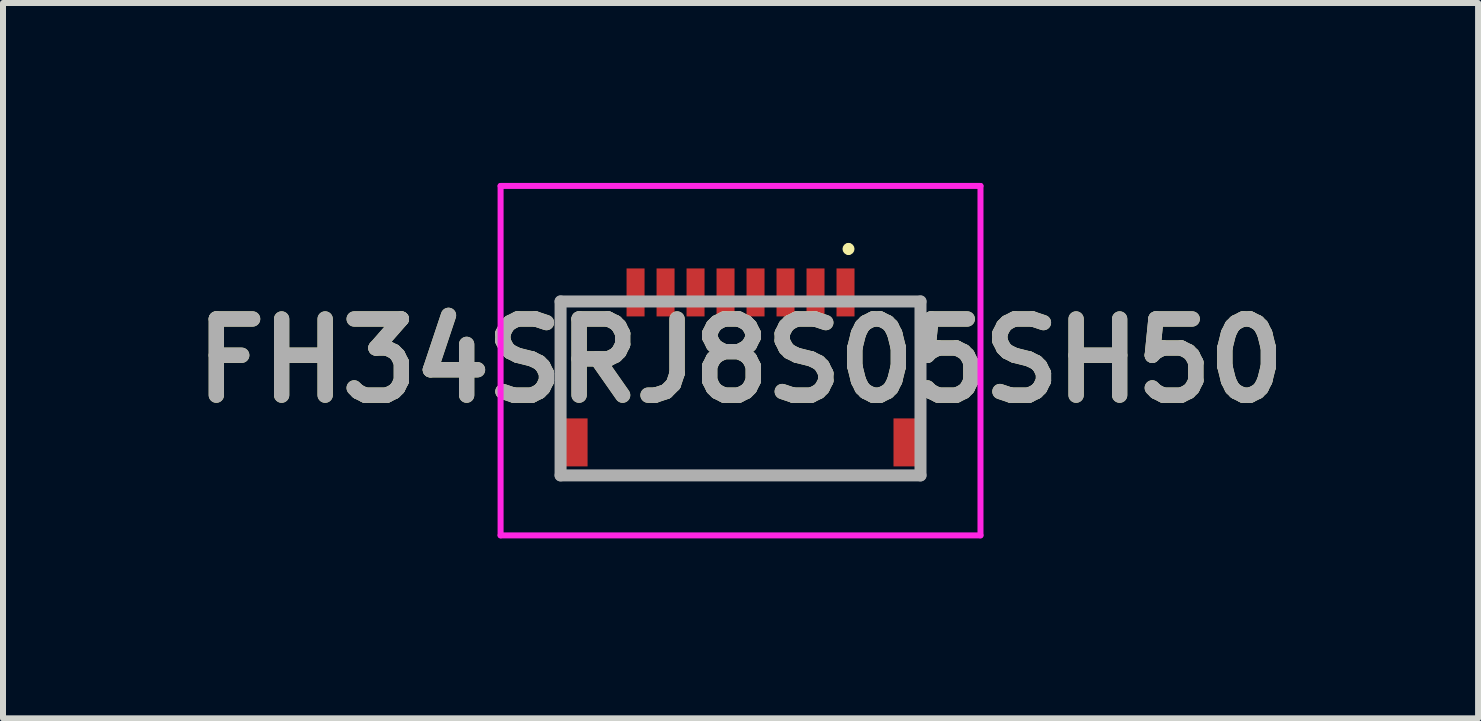
<source format=kicad_pcb>
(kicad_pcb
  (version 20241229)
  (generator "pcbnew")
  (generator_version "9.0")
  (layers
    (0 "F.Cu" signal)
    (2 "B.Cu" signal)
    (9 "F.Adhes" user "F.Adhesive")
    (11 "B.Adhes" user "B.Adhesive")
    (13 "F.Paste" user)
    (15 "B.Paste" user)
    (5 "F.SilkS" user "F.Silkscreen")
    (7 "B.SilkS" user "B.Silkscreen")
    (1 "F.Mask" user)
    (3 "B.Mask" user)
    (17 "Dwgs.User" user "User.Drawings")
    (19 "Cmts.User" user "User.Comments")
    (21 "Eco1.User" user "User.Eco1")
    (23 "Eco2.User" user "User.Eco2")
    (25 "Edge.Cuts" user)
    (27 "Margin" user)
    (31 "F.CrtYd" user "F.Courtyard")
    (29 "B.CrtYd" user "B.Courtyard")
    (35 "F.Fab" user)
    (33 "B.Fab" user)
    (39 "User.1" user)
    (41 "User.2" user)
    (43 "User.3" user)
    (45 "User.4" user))
  (footprint "FH34SRJ8S05SH50"
    (layer "F.Cu")
    (at 9.295 3.35)
    (property "Reference" "FH34SRJ8S05SH50" (at 0 -0.387 0) (layer "F.SilkS") (effects (font (size 1.27 1.27) (thickness 0.254))))
    (attr smd)
    (fp_line (start -3 -1.375) (end -2.5 -1.375) (stroke (width 0.1) (type solid)) (layer "F.SilkS"))
    (fp_line (start -3 0) (end -3 -1.375) (stroke (width 0.1) (type solid)) (layer "F.SilkS"))
    (fp_line (start -2 1.525) (end 2 1.525) (stroke (width 0.1) (type solid)) (layer "F.SilkS"))
    (fp_line (start 1.8 -2.3) (end 1.8 -2.3) (stroke (width 0.1) (type solid)) (layer "F.SilkS"))
    (fp_line (start 1.8 -2.2) (end 1.8 -2.2) (stroke (width 0.1) (type solid)) (layer "F.SilkS"))
    (fp_line (start 2.5 -1.375) (end 3 -1.375) (stroke (width 0.1) (type solid)) (layer "F.SilkS"))
    (fp_line (start 3 -1.375) (end 3 0) (stroke (width 0.1) (type solid)) (layer "F.SilkS"))
    (fp_arc (start 1.8 -2.3) (mid 1.85 -2.25) (end 1.8 -2.2) (stroke (width 0.1) (type solid)) (layer "F.SilkS"))
    (fp_arc (start 1.8 -2.2) (mid 1.75 -2.25) (end 1.8 -2.3) (stroke (width 0.1) (type solid)) (layer "F.SilkS"))
    (fp_line (start -4 -3.3) (end 4 -3.3) (stroke (width 0.1) (type solid)) (layer "F.CrtYd"))
    (fp_line (start -4 2.525) (end -4 -3.3) (stroke (width 0.1) (type solid)) (layer "F.CrtYd"))
    (fp_line (start 4 -3.3) (end 4 2.525) (stroke (width 0.1) (type solid)) (layer "F.CrtYd"))
    (fp_line (start 4 2.525) (end -4 2.525) (stroke (width 0.1) (type solid)) (layer "F.CrtYd"))
    (fp_line (start -3 -1.375) (end 3 -1.375) (stroke (width 0.2) (type solid)) (layer "F.Fab"))
    (fp_line (start -3 1.525) (end -3 -1.375) (stroke (width 0.2) (type solid)) (layer "F.Fab"))
    (fp_line (start 3 -1.375) (end 3 1.525) (stroke (width 0.2) (type solid)) (layer "F.Fab"))
    (fp_line (start 3 1.525) (end -3 1.525) (stroke (width 0.2) (type solid)) (layer "F.Fab"))
    (fp_text user "${REFERENCE}" (at 0 -0.387 0) (layer "F.Fab") (effects (font (size 1.27 1.27) (thickness 0.254))))
    (pad "1" smd rect (at 1.75 -1.525) (size 0.3 0.8) (layers "F.Cu" "F.Mask" "F.Paste"))
    (pad "2" smd rect (at 1.25 -1.525) (size 0.3 0.8) (layers "F.Cu" "F.Mask" "F.Paste"))
    (pad "3" smd rect (at 0.75 -1.525) (size 0.3 0.8) (layers "F.Cu" "F.Mask" "F.Paste"))
    (pad "4" smd rect (at 0.25 -1.525) (size 0.3 0.8) (layers "F.Cu" "F.Mask" "F.Paste"))
    (pad "5" smd rect (at -0.25 -1.525) (size 0.3 0.8) (layers "F.Cu" "F.Mask" "F.Paste"))
    (pad "6" smd rect (at -0.75 -1.525) (size 0.3 0.8) (layers "F.Cu" "F.Mask" "F.Paste"))
    (pad "7" smd rect (at -1.25 -1.525) (size 0.3 0.8) (layers "F.Cu" "F.Mask" "F.Paste"))
    (pad "8" smd rect (at -1.75 -1.525) (size 0.3 0.8) (layers "F.Cu" "F.Mask" "F.Paste"))
    (pad "MP1" smd rect (at -2.75 0.975) (size 0.4 0.8) (layers "F.Cu" "F.Mask" "F.Paste"))
    (pad "MP2" smd rect (at 2.75 0.975) (size 0.4 0.8) (layers "F.Cu" "F.Mask" "F.Paste")))
  (gr_rect
    (start -3 -3)
    (end 21.59 8.925)
    (stroke (width 0.1) (type default))
    (fill no)
    (layer "Edge.Cuts")))
</source>
